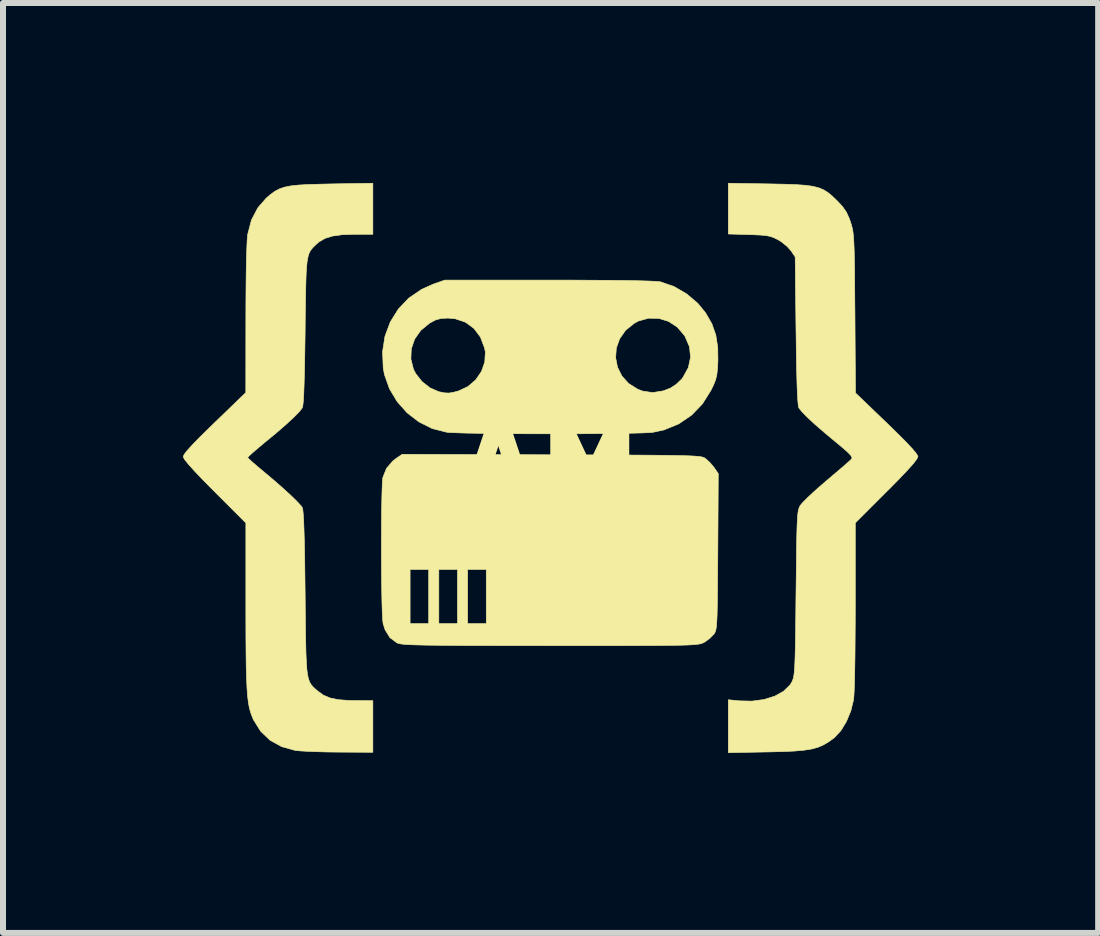
<source format=kicad_pcb>
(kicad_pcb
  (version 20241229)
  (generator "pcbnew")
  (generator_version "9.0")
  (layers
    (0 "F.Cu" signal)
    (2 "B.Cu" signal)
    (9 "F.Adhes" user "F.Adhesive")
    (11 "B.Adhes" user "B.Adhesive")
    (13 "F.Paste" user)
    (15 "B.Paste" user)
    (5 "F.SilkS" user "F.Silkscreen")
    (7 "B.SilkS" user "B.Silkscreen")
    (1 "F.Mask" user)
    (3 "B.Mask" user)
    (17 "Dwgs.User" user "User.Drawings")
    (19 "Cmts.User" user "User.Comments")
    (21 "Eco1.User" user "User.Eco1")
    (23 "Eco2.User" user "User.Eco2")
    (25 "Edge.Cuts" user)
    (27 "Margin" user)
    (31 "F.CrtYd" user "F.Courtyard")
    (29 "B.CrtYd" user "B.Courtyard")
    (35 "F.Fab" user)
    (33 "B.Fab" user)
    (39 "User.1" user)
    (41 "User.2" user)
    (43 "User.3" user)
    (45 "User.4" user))
  (footprint "AM"
    (layer "F.Cu")
    (at 6.129 4.751)
    (property "Reference" "AM" (at 0 0 0) (layer "F.SilkS") (effects (font (size 1.524 1.524) (thickness 0.3))))
    (attr through_hole)
    (fp_poly (pts (xy 0.017 -0.219) (xy 0.449 -0.218) (xy 0.827 -0.217) (xy 1.157 -0.215) (xy 1.441 -0.214) (xy 1.682 -0.212) (xy 1.885 -0.21) (xy 2.054 -0.208) (xy 2.19 -0.205) (xy 2.299 -0.202) (xy 2.384 -0.198) (xy 2.448 -0.193) (xy 2.495 -0.188) (xy 2.529 -0.181) (xy 2.553 -0.173) (xy 2.57 -0.165) (xy 2.585 -0.155) (xy 2.587 -0.153) (xy 2.658 -0.088) (xy 2.725 -0.008) (xy 2.731 0.001) (xy 2.796 0.095) (xy 2.788 1.395) (xy 2.786 1.7) (xy 2.784 1.954) (xy 2.782 2.161) (xy 2.779 2.328) (xy 2.776 2.458) (xy 2.771 2.557) (xy 2.766 2.63) (xy 2.759 2.683) (xy 2.75 2.719) (xy 2.74 2.745) (xy 2.727 2.766) (xy 2.723 2.771) (xy 2.66 2.836) (xy 2.579 2.897) (xy 2.564 2.905) (xy 2.546 2.915) (xy 2.525 2.924) (xy 2.499 2.932) (xy 2.464 2.938) (xy 2.416 2.944) (xy 2.351 2.949) (xy 2.267 2.953) (xy 2.159 2.956) (xy 2.024 2.958) (xy 1.858 2.96) (xy 1.657 2.961) (xy 1.418 2.962) (xy 1.137 2.963) (xy 0.811 2.963) (xy 0.436 2.963) (xy 0.007 2.963) (xy -0.004 2.963) (xy -0.437 2.962) (xy -0.818 2.962) (xy -1.149 2.961) (xy -1.434 2.961) (xy -1.677 2.959) (xy -1.882 2.957) (xy -2.052 2.955) (xy -2.189 2.952) (xy -2.299 2.949) (xy -2.385 2.945) (xy -2.45 2.94) (xy -2.497 2.934) (xy -2.531 2.927) (xy -2.555 2.92) (xy -2.562 2.916) (xy -2.679 2.829) (xy -2.759 2.698) (xy -2.792 2.594) (xy -2.799 2.534) (xy -2.805 2.427) (xy -2.81 2.278) (xy -2.814 2.097) (xy -2.817 1.89) (xy -2.819 1.693) (xy -2.342 1.693) (xy -2.342 2.596) (xy -2.032 2.596) (xy -2.032 1.693) (xy -1.863 1.693) (xy -1.863 2.596) (xy -1.552 2.596) (xy -1.552 1.693) (xy -1.383 1.693) (xy -1.383 2.596) (xy -1.072 2.596) (xy -1.072 1.693) (xy -1.383 1.693) (xy -1.552 1.693) (xy -1.863 1.693) (xy -2.032 1.693) (xy -2.342 1.693) (xy -2.819 1.693) (xy -2.819 1.666) (xy -2.82 1.432) (xy -2.82 1.196) (xy -2.819 0.967) (xy -2.817 0.751) (xy -2.814 0.556) (xy -2.81 0.391) (xy -2.805 0.263) (xy -2.799 0.179) (xy -2.795 0.157) (xy -2.735 0.007) (xy -2.629 -0.116) (xy -2.568 -0.163) (xy -2.474 -0.227) (xy 0.017 -0.219)) (stroke (width 0.01) (type solid)) (fill yes) (layer "F.SilkS"))
    (fp_poly (pts (xy -0.028 -3.131) (xy 0.356 -3.131) (xy 0.702 -3.129) (xy 1.007 -3.127) (xy 1.269 -3.124) (xy 1.485 -3.12) (xy 1.652 -3.115) (xy 1.768 -3.109) (xy 1.83 -3.103) (xy 1.833 -3.102) (xy 2.056 -3.025) (xy 2.268 -2.902) (xy 2.454 -2.744) (xy 2.583 -2.587) (xy 2.689 -2.403) (xy 2.755 -2.215) (xy 2.787 -2.007) (xy 2.79 -1.794) (xy 2.783 -1.656) (xy 2.772 -1.555) (xy 2.752 -1.472) (xy 2.719 -1.387) (xy 2.674 -1.294) (xy 2.532 -1.068) (xy 2.351 -0.88) (xy 2.136 -0.734) (xy 1.892 -0.634) (xy 1.707 -0.594) (xy 1.638 -0.588) (xy 1.519 -0.583) (xy 1.356 -0.579) (xy 1.157 -0.576) (xy 0.928 -0.573) (xy 0.676 -0.571) (xy 0.407 -0.569) (xy 0.128 -0.569) (xy -0.154 -0.569) (xy -0.433 -0.57) (xy -0.702 -0.571) (xy -0.954 -0.574) (xy -1.183 -0.577) (xy -1.383 -0.58) (xy -1.546 -0.585) (xy -1.665 -0.59) (xy -1.736 -0.596) (xy -1.736 -0.596) (xy -1.974 -0.657) (xy -2.196 -0.768) (xy -2.393 -0.92) (xy -2.558 -1.106) (xy -2.686 -1.32) (xy -2.769 -1.554) (xy -2.79 -1.665) (xy -2.796 -1.815) (xy -2.329 -1.815) (xy -2.286 -1.646) (xy -2.249 -1.573) (xy -2.145 -1.441) (xy -2.012 -1.336) (xy -1.867 -1.272) (xy -1.856 -1.269) (xy -1.765 -1.251) (xy -1.693 -1.248) (xy -1.614 -1.262) (xy -1.532 -1.284) (xy -1.377 -1.357) (xy -1.248 -1.468) (xy -1.152 -1.608) (xy -1.097 -1.765) (xy -1.093 -1.836) (xy 1.085 -1.836) (xy 1.116 -1.678) (xy 1.189 -1.532) (xy 1.302 -1.407) (xy 1.455 -1.311) (xy 1.534 -1.281) (xy 1.702 -1.256) (xy 1.881 -1.285) (xy 1.999 -1.331) (xy 2.094 -1.393) (xy 2.181 -1.476) (xy 2.204 -1.504) (xy 2.297 -1.673) (xy 2.334 -1.847) (xy 2.315 -2.022) (xy 2.24 -2.195) (xy 2.231 -2.209) (xy 2.113 -2.347) (xy 1.967 -2.443) (xy 1.804 -2.493) (xy 1.634 -2.496) (xy 1.467 -2.45) (xy 1.396 -2.412) (xy 1.25 -2.294) (xy 1.151 -2.152) (xy 1.096 -1.997) (xy 1.085 -1.836) (xy -1.093 -1.836) (xy -1.087 -1.929) (xy -1.1 -1.999) (xy -1.17 -2.182) (xy -1.279 -2.327) (xy -1.421 -2.43) (xy -1.59 -2.487) (xy -1.71 -2.498) (xy -1.825 -2.492) (xy -1.915 -2.468) (xy -2.01 -2.418) (xy -2.019 -2.412) (xy -2.164 -2.293) (xy -2.266 -2.148) (xy -2.322 -1.986) (xy -2.329 -1.815) (xy -2.796 -1.815) (xy -2.801 -1.937) (xy -2.761 -2.195) (xy -2.672 -2.433) (xy -2.539 -2.647) (xy -2.365 -2.83) (xy -2.152 -2.976) (xy -1.956 -3.064) (xy -1.764 -3.131) (xy -0.028 -3.131)) (stroke (width 0.01) (type solid)) (fill yes) (layer "F.SilkS"))
    (fp_poly (pts (xy -2.963 -3.895) (xy -3.27 -3.895) (xy -3.475 -3.888) (xy -3.635 -3.866) (xy -3.761 -3.827) (xy -3.861 -3.768) (xy -3.904 -3.731) (xy -3.944 -3.693) (xy -3.978 -3.657) (xy -4.006 -3.619) (xy -4.028 -3.574) (xy -4.045 -3.515) (xy -4.059 -3.438) (xy -4.069 -3.337) (xy -4.076 -3.207) (xy -4.081 -3.042) (xy -4.085 -2.837) (xy -4.089 -2.587) (xy -4.092 -2.286) (xy -4.092 -2.272) (xy -4.097 -1.938) (xy -4.102 -1.658) (xy -4.108 -1.431) (xy -4.114 -1.254) (xy -4.121 -1.125) (xy -4.13 -1.041) (xy -4.139 -1.002) (xy -4.139 -1.001) (xy -4.189 -0.938) (xy -4.28 -0.845) (xy -4.409 -0.726) (xy -4.571 -0.585) (xy -4.763 -0.427) (xy -4.869 -0.338) (xy -4.958 -0.262) (xy -5.021 -0.205) (xy -5.049 -0.175) (xy -5.05 -0.173) (xy -5.029 -0.149) (xy -4.972 -0.098) (xy -4.889 -0.026) (xy -4.791 0.056) (xy -4.621 0.199) (xy -4.467 0.334) (xy -4.335 0.454) (xy -4.232 0.554) (xy -4.163 0.629) (xy -4.14 0.661) (xy -4.131 0.694) (xy -4.124 0.764) (xy -4.117 0.874) (xy -4.111 1.026) (xy -4.105 1.223) (xy -4.1 1.468) (xy -4.096 1.764) (xy -4.092 2.088) (xy -4.089 2.412) (xy -4.086 2.685) (xy -4.082 2.91) (xy -4.078 3.095) (xy -4.071 3.243) (xy -4.063 3.36) (xy -4.051 3.45) (xy -4.036 3.519) (xy -4.016 3.572) (xy -3.991 3.614) (xy -3.961 3.649) (xy -3.925 3.683) (xy -3.882 3.72) (xy -3.788 3.788) (xy -3.677 3.835) (xy -3.539 3.864) (xy -3.363 3.877) (xy -3.253 3.879) (xy -2.963 3.88) (xy -2.963 4.741) (xy -3.535 4.738) (xy -3.72 4.736) (xy -3.896 4.731) (xy -4.051 4.725) (xy -4.174 4.718) (xy -4.253 4.71) (xy -4.256 4.71) (xy -4.483 4.647) (xy -4.677 4.54) (xy -4.833 4.391) (xy -4.951 4.202) (xy -4.956 4.192) (xy -4.982 4.129) (xy -5.005 4.063) (xy -5.024 3.989) (xy -5.039 3.902) (xy -5.052 3.797) (xy -5.061 3.668) (xy -5.068 3.511) (xy -5.074 3.321) (xy -5.077 3.092) (xy -5.079 2.819) (xy -5.08 2.499) (xy -5.08 2.3) (xy -5.08 0.917) (xy -5.602 0.395) (xy -5.785 0.21) (xy -5.927 0.062) (xy -6.03 -0.052) (xy -6.095 -0.132) (xy -6.123 -0.18) (xy -6.124 -0.188) (xy -6.108 -0.225) (xy -6.057 -0.291) (xy -5.969 -0.388) (xy -5.844 -0.516) (xy -5.678 -0.679) (xy -5.602 -0.753) (xy -5.081 -1.256) (xy -5.08 -2.484) (xy -5.079 -2.773) (xy -5.077 -3.043) (xy -5.074 -3.286) (xy -5.07 -3.498) (xy -5.064 -3.672) (xy -5.058 -3.802) (xy -5.051 -3.883) (xy -5.05 -3.892) (xy -4.987 -4.133) (xy -4.88 -4.337) (xy -4.74 -4.498) (xy -4.665 -4.562) (xy -4.594 -4.613) (xy -4.52 -4.652) (xy -4.435 -4.681) (xy -4.33 -4.702) (xy -4.198 -4.716) (xy -4.031 -4.725) (xy -3.821 -4.731) (xy -3.648 -4.735) (xy -2.963 -4.746) (xy -2.963 -3.895)) (stroke (width 0.01) (type solid)) (fill yes) (layer "F.SilkS"))
    (fp_poly (pts (xy 3.648 -4.735) (xy 3.893 -4.73) (xy 4.091 -4.723) (xy 4.247 -4.712) (xy 4.372 -4.695) (xy 4.471 -4.67) (xy 4.554 -4.635) (xy 4.628 -4.588) (xy 4.701 -4.527) (xy 4.774 -4.457) (xy 4.868 -4.356) (xy 4.932 -4.264) (xy 4.981 -4.156) (xy 4.999 -4.104) (xy 5.014 -4.057) (xy 5.026 -4.012) (xy 5.037 -3.963) (xy 5.045 -3.904) (xy 5.052 -3.831) (xy 5.057 -3.737) (xy 5.062 -3.617) (xy 5.065 -3.467) (xy 5.068 -3.279) (xy 5.07 -3.049) (xy 5.072 -2.772) (xy 5.074 -2.579) (xy 5.083 -1.25) (xy 5.604 -0.75) (xy 5.785 -0.573) (xy 5.926 -0.432) (xy 6.027 -0.324) (xy 6.092 -0.247) (xy 6.122 -0.199) (xy 6.124 -0.188) (xy 6.106 -0.149) (xy 6.052 -0.077) (xy 5.96 0.027) (xy 5.828 0.166) (xy 5.657 0.341) (xy 5.602 0.395) (xy 5.08 0.917) (xy 5.08 2.3) (xy 5.079 2.596) (xy 5.077 2.875) (xy 5.075 3.132) (xy 5.071 3.36) (xy 5.067 3.554) (xy 5.062 3.708) (xy 5.056 3.817) (xy 5.051 3.866) (xy 5.006 4.05) (xy 4.933 4.227) (xy 4.84 4.38) (xy 4.734 4.494) (xy 4.721 4.505) (xy 4.632 4.569) (xy 4.546 4.619) (xy 4.456 4.658) (xy 4.352 4.686) (xy 4.226 4.706) (xy 4.07 4.72) (xy 3.875 4.729) (xy 3.632 4.735) (xy 3.619 4.735) (xy 2.963 4.747) (xy 2.963 3.865) (xy 3.142 3.883) (xy 3.357 3.888) (xy 3.558 3.861) (xy 3.738 3.805) (xy 3.885 3.723) (xy 3.992 3.619) (xy 4.024 3.567) (xy 4.036 3.539) (xy 4.047 3.506) (xy 4.056 3.463) (xy 4.063 3.405) (xy 4.069 3.327) (xy 4.074 3.225) (xy 4.078 3.092) (xy 4.082 2.924) (xy 4.085 2.716) (xy 4.088 2.462) (xy 4.091 2.158) (xy 4.092 2.088) (xy 4.096 1.774) (xy 4.099 1.512) (xy 4.102 1.295) (xy 4.105 1.121) (xy 4.109 0.982) (xy 4.114 0.875) (xy 4.119 0.795) (xy 4.126 0.736) (xy 4.135 0.693) (xy 4.145 0.662) (xy 4.156 0.637) (xy 4.162 0.627) (xy 4.202 0.579) (xy 4.277 0.503) (xy 4.379 0.407) (xy 4.5 0.3) (xy 4.603 0.211) (xy 4.729 0.104) (xy 4.842 0.008) (xy 4.933 -0.071) (xy 4.996 -0.127) (xy 5.02 -0.151) (xy 5.025 -0.173) (xy 5.006 -0.208) (xy 4.957 -0.259) (xy 4.873 -0.334) (xy 4.763 -0.425) (xy 4.571 -0.585) (xy 4.408 -0.726) (xy 4.28 -0.845) (xy 4.189 -0.938) (xy 4.139 -1.001) (xy 4.13 -1.039) (xy 4.122 -1.121) (xy 4.114 -1.247) (xy 4.108 -1.422) (xy 4.102 -1.647) (xy 4.097 -1.923) (xy 4.093 -2.254) (xy 4.092 -2.288) (xy 4.078 -3.518) (xy 4.008 -3.621) (xy 3.941 -3.695) (xy 3.849 -3.769) (xy 3.796 -3.802) (xy 3.731 -3.835) (xy 3.669 -3.858) (xy 3.597 -3.873) (xy 3.501 -3.882) (xy 3.368 -3.888) (xy 3.309 -3.89) (xy 2.963 -3.9) (xy 2.963 -4.746) (xy 3.648 -4.735)) (stroke (width 0.01) (type solid)) (fill yes) (layer "F.SilkS")))
  (gr_rect
    (start -3 -3)
    (end 15.258 12.503)
    (stroke (width 0.1) (type default))
    (fill no)
    (layer "Edge.Cuts")))
</source>
